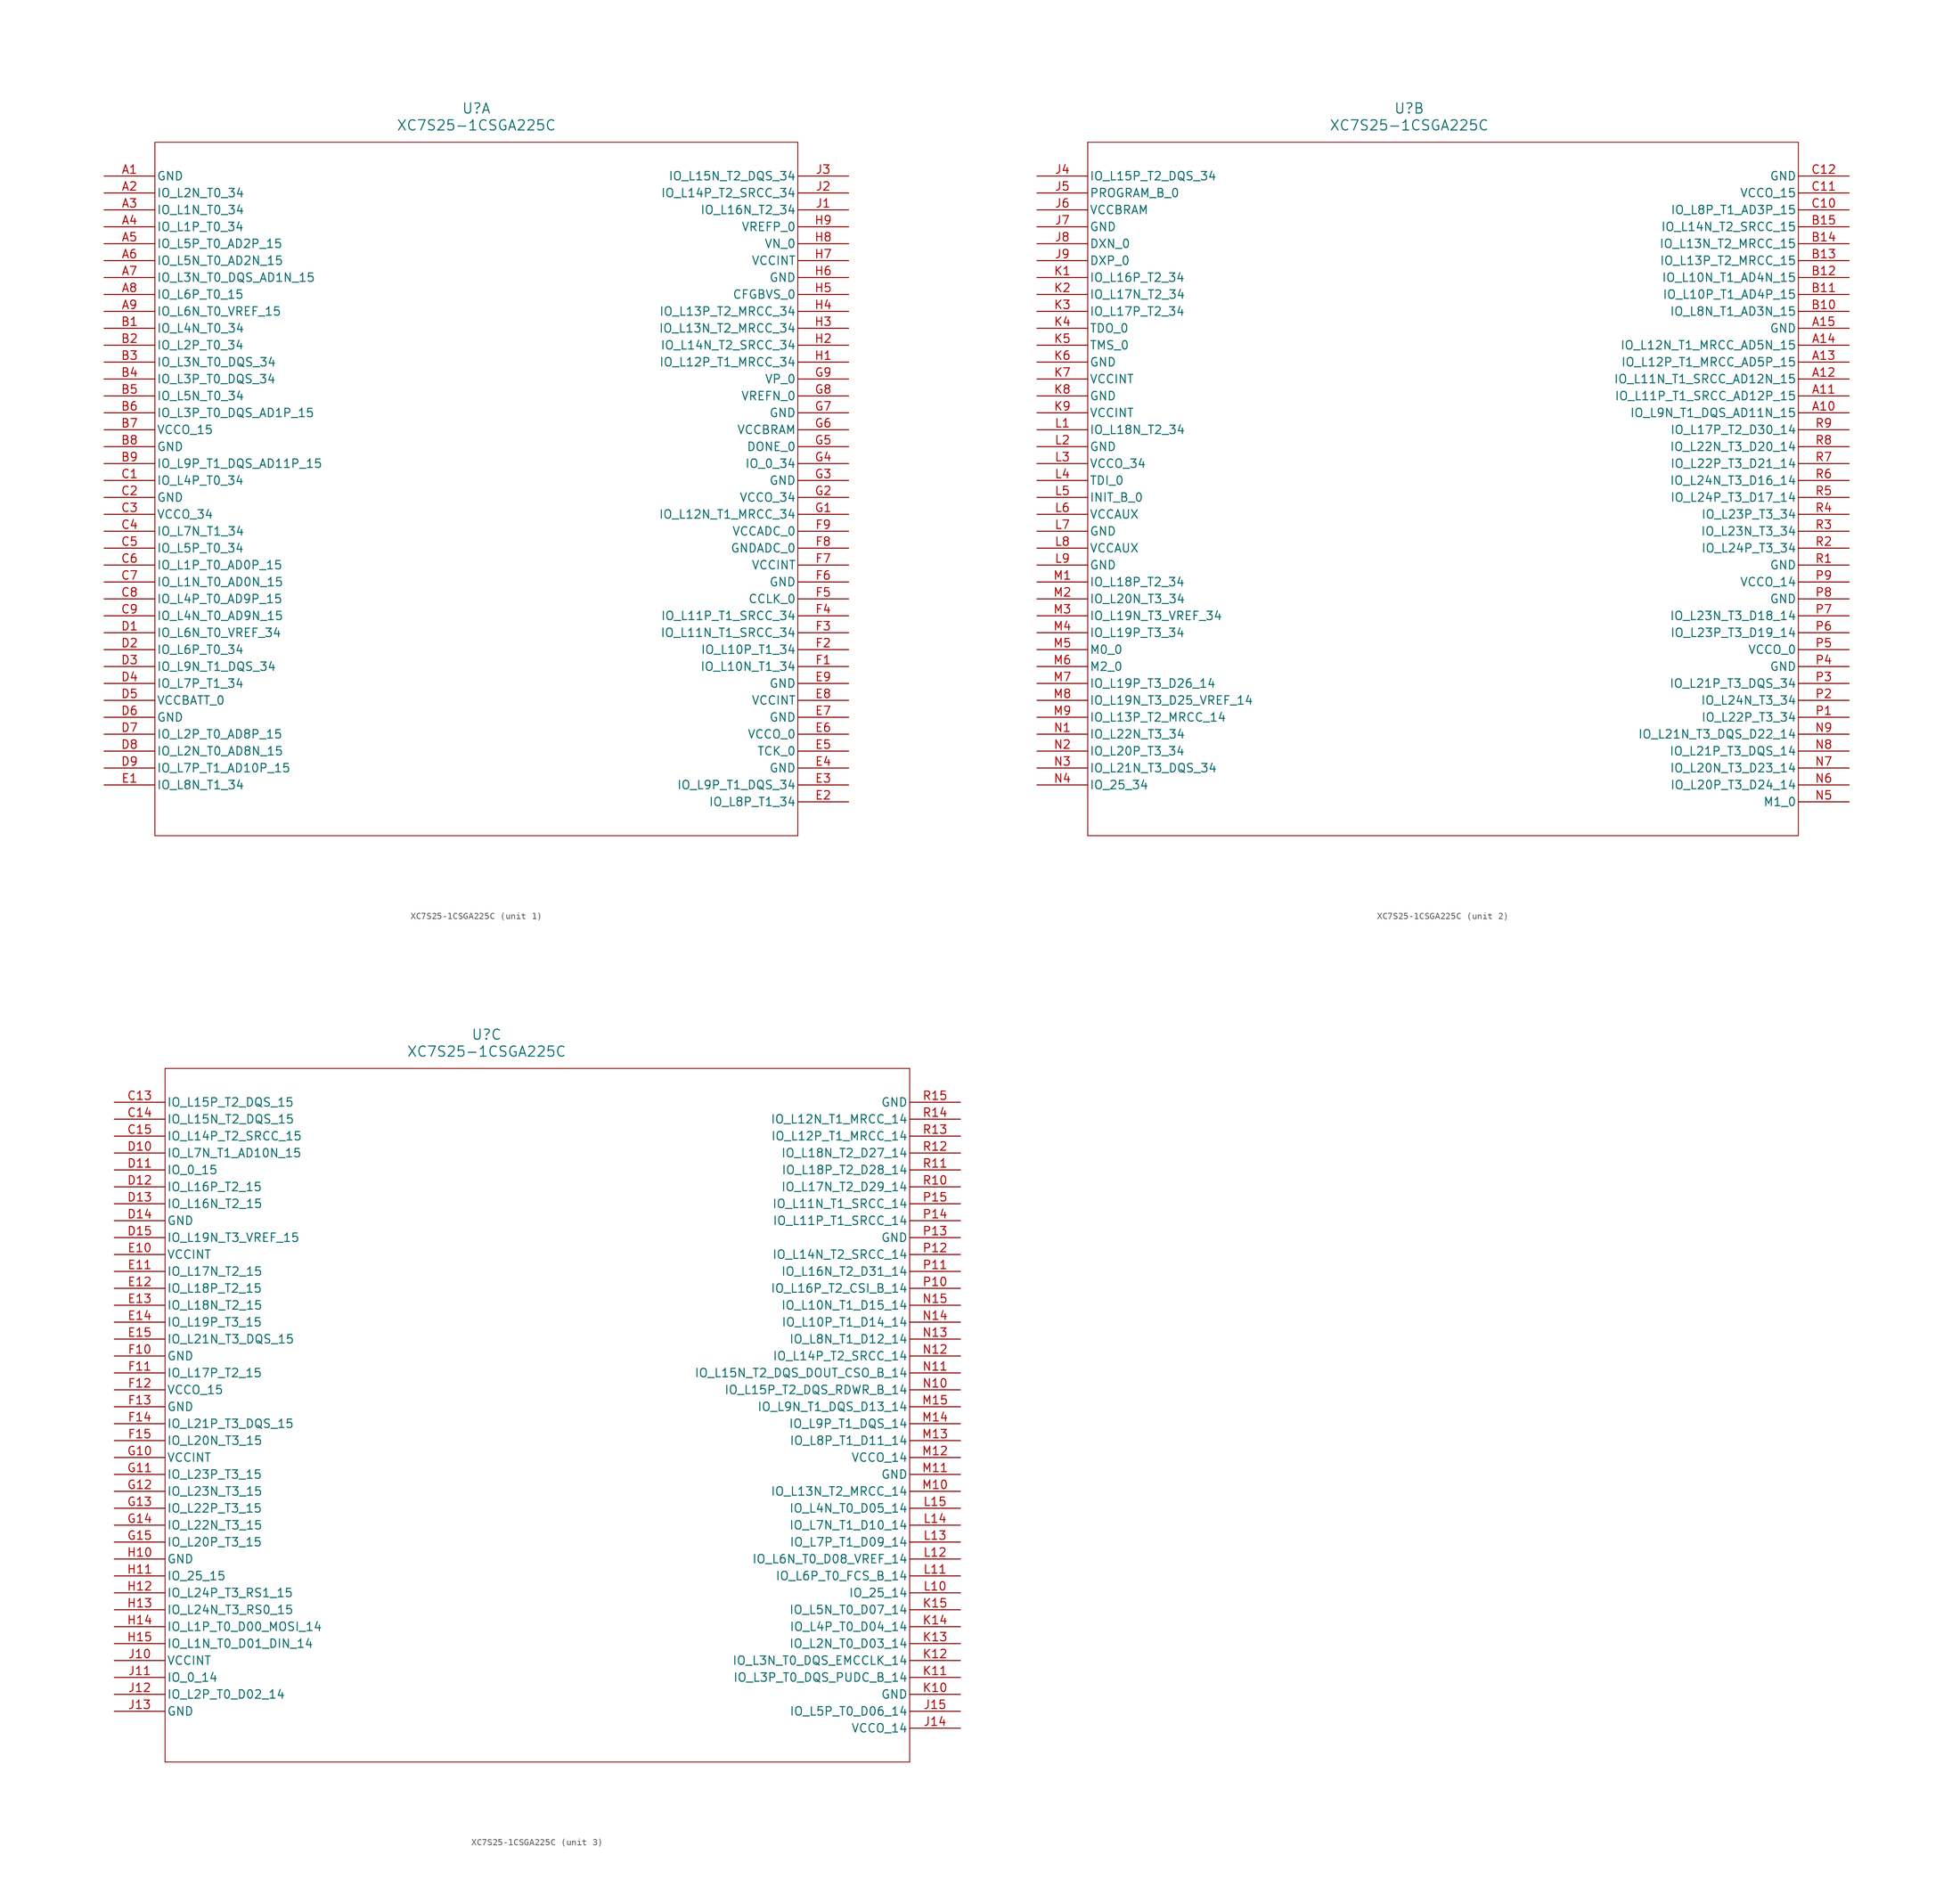
<source format=kicad_sym>
(kicad_symbol_lib
  (version 20231120)
  (generator "kicad_symbol_editor")
  (generator_version "8.0")
  (symbol "XC7S25-1CSGA225C"
    (pin_names
      (offset 0.254))
    (property "Reference" "U"
      (at 55.88 10.16 0)
      (effects (font (size 1.524 1.524))))
    (property "Value" "XC7S25-1CSGA225C"
      (at 55.88 7.62 0)
      (effects (font (size 1.524 1.524))))
    (property "ki_locked" ""
      (at 0 0 0)
      (effects (font (size 1.27 1.27))))
    (symbol "XC7S25-1CSGA225C_1_1"
      (polyline (pts (xy 7.62 -99.06) (xy 104.14 -99.06)) (stroke (width 0.127) (type default)) (fill (type none)))
      (polyline (pts (xy 7.62 5.08) (xy 7.62 -99.06)) (stroke (width 0.127) (type default)) (fill (type none)))
      (polyline (pts (xy 104.14 -99.06) (xy 104.14 5.08)) (stroke (width 0.127) (type default)) (fill (type none)))
      (polyline (pts (xy 104.14 5.08) (xy 7.62 5.08)) (stroke (width 0.127) (type default)) (fill (type none)))
      (pin power_out line (at 0 0 0) (length 7.62) (name "GND" (effects (font (size 1.27 1.27)))) (number "A1" (effects (font (size 1.27 1.27)))))
      (pin bidirectional line (at 0 -2.54 0) (length 7.62) (name "IO_L2N_T0_34" (effects (font (size 1.27 1.27)))) (number "A2" (effects (font (size 1.27 1.27)))))
      (pin bidirectional line (at 0 -5.08 0) (length 7.62) (name "IO_L1N_T0_34" (effects (font (size 1.27 1.27)))) (number "A3" (effects (font (size 1.27 1.27)))))
      (pin bidirectional line (at 0 -7.62 0) (length 7.62) (name "IO_L1P_T0_34" (effects (font (size 1.27 1.27)))) (number "A4" (effects (font (size 1.27 1.27)))))
      (pin bidirectional line (at 0 -10.16 0) (length 7.62) (name "IO_L5P_T0_AD2P_15" (effects (font (size 1.27 1.27)))) (number "A5" (effects (font (size 1.27 1.27)))))
      (pin bidirectional line (at 0 -12.7 0) (length 7.62) (name "IO_L5N_T0_AD2N_15" (effects (font (size 1.27 1.27)))) (number "A6" (effects (font (size 1.27 1.27)))))
      (pin bidirectional line (at 0 -15.24 0) (length 7.62) (name "IO_L3N_T0_DQS_AD1N_15" (effects (font (size 1.27 1.27)))) (number "A7" (effects (font (size 1.27 1.27)))))
      (pin bidirectional line (at 0 -17.78 0) (length 7.62) (name "IO_L6P_T0_15" (effects (font (size 1.27 1.27)))) (number "A8" (effects (font (size 1.27 1.27)))))
      (pin bidirectional line (at 0 -20.32 0) (length 7.62) (name "IO_L6N_T0_VREF_15" (effects (font (size 1.27 1.27)))) (number "A9" (effects (font (size 1.27 1.27)))))
      (pin bidirectional line (at 0 -22.86 0) (length 7.62) (name "IO_L4N_T0_34" (effects (font (size 1.27 1.27)))) (number "B1" (effects (font (size 1.27 1.27)))))
      (pin bidirectional line (at 0 -25.4 0) (length 7.62) (name "IO_L2P_T0_34" (effects (font (size 1.27 1.27)))) (number "B2" (effects (font (size 1.27 1.27)))))
      (pin bidirectional line (at 0 -27.94 0) (length 7.62) (name "IO_L3N_T0_DQS_34" (effects (font (size 1.27 1.27)))) (number "B3" (effects (font (size 1.27 1.27)))))
      (pin bidirectional line (at 0 -30.48 0) (length 7.62) (name "IO_L3P_T0_DQS_34" (effects (font (size 1.27 1.27)))) (number "B4" (effects (font (size 1.27 1.27)))))
      (pin bidirectional line (at 0 -33.02 0) (length 7.62) (name "IO_L5N_T0_34" (effects (font (size 1.27 1.27)))) (number "B5" (effects (font (size 1.27 1.27)))))
      (pin bidirectional line (at 0 -35.56 0) (length 7.62) (name "IO_L3P_T0_DQS_AD1P_15" (effects (font (size 1.27 1.27)))) (number "B6" (effects (font (size 1.27 1.27)))))
      (pin power_in line (at 0 -38.1 0) (length 7.62) (name "VCCO_15" (effects (font (size 1.27 1.27)))) (number "B7" (effects (font (size 1.27 1.27)))))
      (pin power_out line (at 0 -40.64 0) (length 7.62) (name "GND" (effects (font (size 1.27 1.27)))) (number "B8" (effects (font (size 1.27 1.27)))))
      (pin bidirectional line (at 0 -43.18 0) (length 7.62) (name "IO_L9P_T1_DQS_AD11P_15" (effects (font (size 1.27 1.27)))) (number "B9" (effects (font (size 1.27 1.27)))))
      (pin bidirectional line (at 0 -45.72 0) (length 7.62) (name "IO_L4P_T0_34" (effects (font (size 1.27 1.27)))) (number "C1" (effects (font (size 1.27 1.27)))))
      (pin power_out line (at 0 -48.26 0) (length 7.62) (name "GND" (effects (font (size 1.27 1.27)))) (number "C2" (effects (font (size 1.27 1.27)))))
      (pin power_in line (at 0 -50.8 0) (length 7.62) (name "VCCO_34" (effects (font (size 1.27 1.27)))) (number "C3" (effects (font (size 1.27 1.27)))))
      (pin bidirectional line (at 0 -53.34 0) (length 7.62) (name "IO_L7N_T1_34" (effects (font (size 1.27 1.27)))) (number "C4" (effects (font (size 1.27 1.27)))))
      (pin bidirectional line (at 0 -55.88 0) (length 7.62) (name "IO_L5P_T0_34" (effects (font (size 1.27 1.27)))) (number "C5" (effects (font (size 1.27 1.27)))))
      (pin bidirectional line (at 0 -58.42 0) (length 7.62) (name "IO_L1P_T0_AD0P_15" (effects (font (size 1.27 1.27)))) (number "C6" (effects (font (size 1.27 1.27)))))
      (pin bidirectional line (at 0 -60.96 0) (length 7.62) (name "IO_L1N_T0_AD0N_15" (effects (font (size 1.27 1.27)))) (number "C7" (effects (font (size 1.27 1.27)))))
      (pin bidirectional line (at 0 -63.5 0) (length 7.62) (name "IO_L4P_T0_AD9P_15" (effects (font (size 1.27 1.27)))) (number "C8" (effects (font (size 1.27 1.27)))))
      (pin bidirectional line (at 0 -66.04 0) (length 7.62) (name "IO_L4N_T0_AD9N_15" (effects (font (size 1.27 1.27)))) (number "C9" (effects (font (size 1.27 1.27)))))
      (pin bidirectional line (at 0 -68.58 0) (length 7.62) (name "IO_L6N_T0_VREF_34" (effects (font (size 1.27 1.27)))) (number "D1" (effects (font (size 1.27 1.27)))))
      (pin bidirectional line (at 0 -71.12 0) (length 7.62) (name "IO_L6P_T0_34" (effects (font (size 1.27 1.27)))) (number "D2" (effects (font (size 1.27 1.27)))))
      (pin bidirectional line (at 0 -73.66 0) (length 7.62) (name "IO_L9N_T1_DQS_34" (effects (font (size 1.27 1.27)))) (number "D3" (effects (font (size 1.27 1.27)))))
      (pin bidirectional line (at 0 -76.2 0) (length 7.62) (name "IO_L7P_T1_34" (effects (font (size 1.27 1.27)))) (number "D4" (effects (font (size 1.27 1.27)))))
      (pin power_in line (at 0 -78.74 0) (length 7.62) (name "VCCBATT_0" (effects (font (size 1.27 1.27)))) (number "D5" (effects (font (size 1.27 1.27)))))
      (pin power_out line (at 0 -81.28 0) (length 7.62) (name "GND" (effects (font (size 1.27 1.27)))) (number "D6" (effects (font (size 1.27 1.27)))))
      (pin bidirectional line (at 0 -83.82 0) (length 7.62) (name "IO_L2P_T0_AD8P_15" (effects (font (size 1.27 1.27)))) (number "D7" (effects (font (size 1.27 1.27)))))
      (pin bidirectional line (at 0 -86.36 0) (length 7.62) (name "IO_L2N_T0_AD8N_15" (effects (font (size 1.27 1.27)))) (number "D8" (effects (font (size 1.27 1.27)))))
      (pin bidirectional line (at 0 -88.9 0) (length 7.62) (name "IO_L7P_T1_AD10P_15" (effects (font (size 1.27 1.27)))) (number "D9" (effects (font (size 1.27 1.27)))))
      (pin bidirectional line (at 0 -91.44 0) (length 7.62) (name "IO_L8N_T1_34" (effects (font (size 1.27 1.27)))) (number "E1" (effects (font (size 1.27 1.27)))))
      (pin bidirectional line (at 111.76 -93.98 180) (length 7.62) (name "IO_L8P_T1_34" (effects (font (size 1.27 1.27)))) (number "E2" (effects (font (size 1.27 1.27)))))
      (pin bidirectional line (at 111.76 -91.44 180) (length 7.62) (name "IO_L9P_T1_DQS_34" (effects (font (size 1.27 1.27)))) (number "E3" (effects (font (size 1.27 1.27)))))
      (pin power_out line (at 111.76 -88.9 180) (length 7.62) (name "GND" (effects (font (size 1.27 1.27)))) (number "E4" (effects (font (size 1.27 1.27)))))
      (pin input line (at 111.76 -86.36 180) (length 7.62) (name "TCK_0" (effects (font (size 1.27 1.27)))) (number "E5" (effects (font (size 1.27 1.27)))))
      (pin power_in line (at 111.76 -83.82 180) (length 7.62) (name "VCCO_0" (effects (font (size 1.27 1.27)))) (number "E6" (effects (font (size 1.27 1.27)))))
      (pin power_out line (at 111.76 -81.28 180) (length 7.62) (name "GND" (effects (font (size 1.27 1.27)))) (number "E7" (effects (font (size 1.27 1.27)))))
      (pin power_in line (at 111.76 -78.74 180) (length 7.62) (name "VCCINT" (effects (font (size 1.27 1.27)))) (number "E8" (effects (font (size 1.27 1.27)))))
      (pin power_out line (at 111.76 -76.2 180) (length 7.62) (name "GND" (effects (font (size 1.27 1.27)))) (number "E9" (effects (font (size 1.27 1.27)))))
      (pin bidirectional line (at 111.76 -73.66 180) (length 7.62) (name "IO_L10N_T1_34" (effects (font (size 1.27 1.27)))) (number "F1" (effects (font (size 1.27 1.27)))))
      (pin bidirectional line (at 111.76 -71.12 180) (length 7.62) (name "IO_L10P_T1_34" (effects (font (size 1.27 1.27)))) (number "F2" (effects (font (size 1.27 1.27)))))
      (pin bidirectional line (at 111.76 -68.58 180) (length 7.62) (name "IO_L11N_T1_SRCC_34" (effects (font (size 1.27 1.27)))) (number "F3" (effects (font (size 1.27 1.27)))))
      (pin bidirectional line (at 111.76 -66.04 180) (length 7.62) (name "IO_L11P_T1_SRCC_34" (effects (font (size 1.27 1.27)))) (number "F4" (effects (font (size 1.27 1.27)))))
      (pin bidirectional line (at 111.76 -63.5 180) (length 7.62) (name "CCLK_0" (effects (font (size 1.27 1.27)))) (number "F5" (effects (font (size 1.27 1.27)))))
      (pin power_out line (at 111.76 -60.96 180) (length 7.62) (name "GND" (effects (font (size 1.27 1.27)))) (number "F6" (effects (font (size 1.27 1.27)))))
      (pin power_in line (at 111.76 -58.42 180) (length 7.62) (name "VCCINT" (effects (font (size 1.27 1.27)))) (number "F7" (effects (font (size 1.27 1.27)))))
      (pin power_out line (at 111.76 -55.88 180) (length 7.62) (name "GNDADC_0" (effects (font (size 1.27 1.27)))) (number "F8" (effects (font (size 1.27 1.27)))))
      (pin power_in line (at 111.76 -53.34 180) (length 7.62) (name "VCCADC_0" (effects (font (size 1.27 1.27)))) (number "F9" (effects (font (size 1.27 1.27)))))
      (pin bidirectional line (at 111.76 -50.8 180) (length 7.62) (name "IO_L12N_T1_MRCC_34" (effects (font (size 1.27 1.27)))) (number "G1" (effects (font (size 1.27 1.27)))))
      (pin power_in line (at 111.76 -48.26 180) (length 7.62) (name "VCCO_34" (effects (font (size 1.27 1.27)))) (number "G2" (effects (font (size 1.27 1.27)))))
      (pin power_out line (at 111.76 -45.72 180) (length 7.62) (name "GND" (effects (font (size 1.27 1.27)))) (number "G3" (effects (font (size 1.27 1.27)))))
      (pin bidirectional line (at 111.76 -43.18 180) (length 7.62) (name "IO_0_34" (effects (font (size 1.27 1.27)))) (number "G4" (effects (font (size 1.27 1.27)))))
      (pin bidirectional line (at 111.76 -40.64 180) (length 7.62) (name "DONE_0" (effects (font (size 1.27 1.27)))) (number "G5" (effects (font (size 1.27 1.27)))))
      (pin power_in line (at 111.76 -38.1 180) (length 7.62) (name "VCCBRAM" (effects (font (size 1.27 1.27)))) (number "G6" (effects (font (size 1.27 1.27)))))
      (pin power_out line (at 111.76 -35.56 180) (length 7.62) (name "GND" (effects (font (size 1.27 1.27)))) (number "G7" (effects (font (size 1.27 1.27)))))
      (pin power_in line (at 111.76 -33.02 180) (length 7.62) (name "VREFN_0" (effects (font (size 1.27 1.27)))) (number "G8" (effects (font (size 1.27 1.27)))))
      (pin input line (at 111.76 -30.48 180) (length 7.62) (name "VP_0" (effects (font (size 1.27 1.27)))) (number "G9" (effects (font (size 1.27 1.27)))))
      (pin bidirectional line (at 111.76 -27.94 180) (length 7.62) (name "IO_L12P_T1_MRCC_34" (effects (font (size 1.27 1.27)))) (number "H1" (effects (font (size 1.27 1.27)))))
      (pin bidirectional line (at 111.76 -25.4 180) (length 7.62) (name "IO_L14N_T2_SRCC_34" (effects (font (size 1.27 1.27)))) (number "H2" (effects (font (size 1.27 1.27)))))
      (pin bidirectional line (at 111.76 -22.86 180) (length 7.62) (name "IO_L13N_T2_MRCC_34" (effects (font (size 1.27 1.27)))) (number "H3" (effects (font (size 1.27 1.27)))))
      (pin bidirectional line (at 111.76 -20.32 180) (length 7.62) (name "IO_L13P_T2_MRCC_34" (effects (font (size 1.27 1.27)))) (number "H4" (effects (font (size 1.27 1.27)))))
      (pin input line (at 111.76 -17.78 180) (length 7.62) (name "CFGBVS_0" (effects (font (size 1.27 1.27)))) (number "H5" (effects (font (size 1.27 1.27)))))
      (pin power_out line (at 111.76 -15.24 180) (length 7.62) (name "GND" (effects (font (size 1.27 1.27)))) (number "H6" (effects (font (size 1.27 1.27)))))
      (pin power_in line (at 111.76 -12.7 180) (length 7.62) (name "VCCINT" (effects (font (size 1.27 1.27)))) (number "H7" (effects (font (size 1.27 1.27)))))
      (pin input line (at 111.76 -10.16 180) (length 7.62) (name "VN_0" (effects (font (size 1.27 1.27)))) (number "H8" (effects (font (size 1.27 1.27)))))
      (pin power_in line (at 111.76 -7.62 180) (length 7.62) (name "VREFP_0" (effects (font (size 1.27 1.27)))) (number "H9" (effects (font (size 1.27 1.27)))))
      (pin bidirectional line (at 111.76 -5.08 180) (length 7.62) (name "IO_L16N_T2_34" (effects (font (size 1.27 1.27)))) (number "J1" (effects (font (size 1.27 1.27)))))
      (pin bidirectional line (at 111.76 -2.54 180) (length 7.62) (name "IO_L14P_T2_SRCC_34" (effects (font (size 1.27 1.27)))) (number "J2" (effects (font (size 1.27 1.27)))))
      (pin bidirectional line (at 111.76 0 180) (length 7.62) (name "IO_L15N_T2_DQS_34" (effects (font (size 1.27 1.27)))) (number "J3" (effects (font (size 1.27 1.27))))))
    (symbol "XC7S25-1CSGA225C_2_1"
      (polyline (pts (xy 7.62 -99.06) (xy 114.3 -99.06)) (stroke (width 0.127) (type default)) (fill (type none)))
      (polyline (pts (xy 7.62 5.08) (xy 7.62 -99.06)) (stroke (width 0.127) (type default)) (fill (type none)))
      (polyline (pts (xy 114.3 -99.06) (xy 114.3 5.08)) (stroke (width 0.127) (type default)) (fill (type none)))
      (polyline (pts (xy 114.3 5.08) (xy 7.62 5.08)) (stroke (width 0.127) (type default)) (fill (type none)))
      (pin bidirectional line (at 121.92 -35.56 180) (length 7.62) (name "IO_L9N_T1_DQS_AD11N_15" (effects (font (size 1.27 1.27)))) (number "A10" (effects (font (size 1.27 1.27)))))
      (pin bidirectional line (at 121.92 -33.02 180) (length 7.62) (name "IO_L11P_T1_SRCC_AD12P_15" (effects (font (size 1.27 1.27)))) (number "A11" (effects (font (size 1.27 1.27)))))
      (pin bidirectional line (at 121.92 -30.48 180) (length 7.62) (name "IO_L11N_T1_SRCC_AD12N_15" (effects (font (size 1.27 1.27)))) (number "A12" (effects (font (size 1.27 1.27)))))
      (pin bidirectional line (at 121.92 -27.94 180) (length 7.62) (name "IO_L12P_T1_MRCC_AD5P_15" (effects (font (size 1.27 1.27)))) (number "A13" (effects (font (size 1.27 1.27)))))
      (pin bidirectional line (at 121.92 -25.4 180) (length 7.62) (name "IO_L12N_T1_MRCC_AD5N_15" (effects (font (size 1.27 1.27)))) (number "A14" (effects (font (size 1.27 1.27)))))
      (pin power_out line (at 121.92 -22.86 180) (length 7.62) (name "GND" (effects (font (size 1.27 1.27)))) (number "A15" (effects (font (size 1.27 1.27)))))
      (pin bidirectional line (at 121.92 -20.32 180) (length 7.62) (name "IO_L8N_T1_AD3N_15" (effects (font (size 1.27 1.27)))) (number "B10" (effects (font (size 1.27 1.27)))))
      (pin bidirectional line (at 121.92 -17.78 180) (length 7.62) (name "IO_L10P_T1_AD4P_15" (effects (font (size 1.27 1.27)))) (number "B11" (effects (font (size 1.27 1.27)))))
      (pin bidirectional line (at 121.92 -15.24 180) (length 7.62) (name "IO_L10N_T1_AD4N_15" (effects (font (size 1.27 1.27)))) (number "B12" (effects (font (size 1.27 1.27)))))
      (pin bidirectional line (at 121.92 -12.7 180) (length 7.62) (name "IO_L13P_T2_MRCC_15" (effects (font (size 1.27 1.27)))) (number "B13" (effects (font (size 1.27 1.27)))))
      (pin bidirectional line (at 121.92 -10.16 180) (length 7.62) (name "IO_L13N_T2_MRCC_15" (effects (font (size 1.27 1.27)))) (number "B14" (effects (font (size 1.27 1.27)))))
      (pin bidirectional line (at 121.92 -7.62 180) (length 7.62) (name "IO_L14N_T2_SRCC_15" (effects (font (size 1.27 1.27)))) (number "B15" (effects (font (size 1.27 1.27)))))
      (pin bidirectional line (at 121.92 -5.08 180) (length 7.62) (name "IO_L8P_T1_AD3P_15" (effects (font (size 1.27 1.27)))) (number "C10" (effects (font (size 1.27 1.27)))))
      (pin power_in line (at 121.92 -2.54 180) (length 7.62) (name "VCCO_15" (effects (font (size 1.27 1.27)))) (number "C11" (effects (font (size 1.27 1.27)))))
      (pin power_out line (at 121.92 0 180) (length 7.62) (name "GND" (effects (font (size 1.27 1.27)))) (number "C12" (effects (font (size 1.27 1.27)))))
      (pin bidirectional line (at 0 0 0) (length 7.62) (name "IO_L15P_T2_DQS_34" (effects (font (size 1.27 1.27)))) (number "J4" (effects (font (size 1.27 1.27)))))
      (pin input line (at 0 -2.54 0) (length 7.62) (name "PROGRAM_B_0" (effects (font (size 1.27 1.27)))) (number "J5" (effects (font (size 1.27 1.27)))))
      (pin power_in line (at 0 -5.08 0) (length 7.62) (name "VCCBRAM" (effects (font (size 1.27 1.27)))) (number "J6" (effects (font (size 1.27 1.27)))))
      (pin power_out line (at 0 -7.62 0) (length 7.62) (name "GND" (effects (font (size 1.27 1.27)))) (number "J7" (effects (font (size 1.27 1.27)))))
      (pin unspecified line (at 0 -10.16 0) (length 7.62) (name "DXN_0" (effects (font (size 1.27 1.27)))) (number "J8" (effects (font (size 1.27 1.27)))))
      (pin unspecified line (at 0 -12.7 0) (length 7.62) (name "DXP_0" (effects (font (size 1.27 1.27)))) (number "J9" (effects (font (size 1.27 1.27)))))
      (pin bidirectional line (at 0 -15.24 0) (length 7.62) (name "IO_L16P_T2_34" (effects (font (size 1.27 1.27)))) (number "K1" (effects (font (size 1.27 1.27)))))
      (pin bidirectional line (at 0 -17.78 0) (length 7.62) (name "IO_L17N_T2_34" (effects (font (size 1.27 1.27)))) (number "K2" (effects (font (size 1.27 1.27)))))
      (pin bidirectional line (at 0 -20.32 0) (length 7.62) (name "IO_L17P_T2_34" (effects (font (size 1.27 1.27)))) (number "K3" (effects (font (size 1.27 1.27)))))
      (pin output line (at 0 -22.86 0) (length 7.62) (name "TDO_0" (effects (font (size 1.27 1.27)))) (number "K4" (effects (font (size 1.27 1.27)))))
      (pin input line (at 0 -25.4 0) (length 7.62) (name "TMS_0" (effects (font (size 1.27 1.27)))) (number "K5" (effects (font (size 1.27 1.27)))))
      (pin power_out line (at 0 -27.94 0) (length 7.62) (name "GND" (effects (font (size 1.27 1.27)))) (number "K6" (effects (font (size 1.27 1.27)))))
      (pin power_in line (at 0 -30.48 0) (length 7.62) (name "VCCINT" (effects (font (size 1.27 1.27)))) (number "K7" (effects (font (size 1.27 1.27)))))
      (pin power_out line (at 0 -33.02 0) (length 7.62) (name "GND" (effects (font (size 1.27 1.27)))) (number "K8" (effects (font (size 1.27 1.27)))))
      (pin power_in line (at 0 -35.56 0) (length 7.62) (name "VCCINT" (effects (font (size 1.27 1.27)))) (number "K9" (effects (font (size 1.27 1.27)))))
      (pin bidirectional line (at 0 -38.1 0) (length 7.62) (name "IO_L18N_T2_34" (effects (font (size 1.27 1.27)))) (number "L1" (effects (font (size 1.27 1.27)))))
      (pin power_out line (at 0 -40.64 0) (length 7.62) (name "GND" (effects (font (size 1.27 1.27)))) (number "L2" (effects (font (size 1.27 1.27)))))
      (pin power_in line (at 0 -43.18 0) (length 7.62) (name "VCCO_34" (effects (font (size 1.27 1.27)))) (number "L3" (effects (font (size 1.27 1.27)))))
      (pin input line (at 0 -45.72 0) (length 7.62) (name "TDI_0" (effects (font (size 1.27 1.27)))) (number "L4" (effects (font (size 1.27 1.27)))))
      (pin bidirectional line (at 0 -48.26 0) (length 7.62) (name "INIT_B_0" (effects (font (size 1.27 1.27)))) (number "L5" (effects (font (size 1.27 1.27)))))
      (pin power_in line (at 0 -50.8 0) (length 7.62) (name "VCCAUX" (effects (font (size 1.27 1.27)))) (number "L6" (effects (font (size 1.27 1.27)))))
      (pin power_out line (at 0 -53.34 0) (length 7.62) (name "GND" (effects (font (size 1.27 1.27)))) (number "L7" (effects (font (size 1.27 1.27)))))
      (pin power_in line (at 0 -55.88 0) (length 7.62) (name "VCCAUX" (effects (font (size 1.27 1.27)))) (number "L8" (effects (font (size 1.27 1.27)))))
      (pin power_out line (at 0 -58.42 0) (length 7.62) (name "GND" (effects (font (size 1.27 1.27)))) (number "L9" (effects (font (size 1.27 1.27)))))
      (pin bidirectional line (at 0 -60.96 0) (length 7.62) (name "IO_L18P_T2_34" (effects (font (size 1.27 1.27)))) (number "M1" (effects (font (size 1.27 1.27)))))
      (pin bidirectional line (at 0 -63.5 0) (length 7.62) (name "IO_L20N_T3_34" (effects (font (size 1.27 1.27)))) (number "M2" (effects (font (size 1.27 1.27)))))
      (pin bidirectional line (at 0 -66.04 0) (length 7.62) (name "IO_L19N_T3_VREF_34" (effects (font (size 1.27 1.27)))) (number "M3" (effects (font (size 1.27 1.27)))))
      (pin bidirectional line (at 0 -68.58 0) (length 7.62) (name "IO_L19P_T3_34" (effects (font (size 1.27 1.27)))) (number "M4" (effects (font (size 1.27 1.27)))))
      (pin input line (at 0 -71.12 0) (length 7.62) (name "M0_0" (effects (font (size 1.27 1.27)))) (number "M5" (effects (font (size 1.27 1.27)))))
      (pin input line (at 0 -73.66 0) (length 7.62) (name "M2_0" (effects (font (size 1.27 1.27)))) (number "M6" (effects (font (size 1.27 1.27)))))
      (pin bidirectional line (at 0 -76.2 0) (length 7.62) (name "IO_L19P_T3_D26_14" (effects (font (size 1.27 1.27)))) (number "M7" (effects (font (size 1.27 1.27)))))
      (pin bidirectional line (at 0 -78.74 0) (length 7.62) (name "IO_L19N_T3_D25_VREF_14" (effects (font (size 1.27 1.27)))) (number "M8" (effects (font (size 1.27 1.27)))))
      (pin bidirectional line (at 0 -81.28 0) (length 7.62) (name "IO_L13P_T2_MRCC_14" (effects (font (size 1.27 1.27)))) (number "M9" (effects (font (size 1.27 1.27)))))
      (pin bidirectional line (at 0 -83.82 0) (length 7.62) (name "IO_L22N_T3_34" (effects (font (size 1.27 1.27)))) (number "N1" (effects (font (size 1.27 1.27)))))
      (pin bidirectional line (at 0 -86.36 0) (length 7.62) (name "IO_L20P_T3_34" (effects (font (size 1.27 1.27)))) (number "N2" (effects (font (size 1.27 1.27)))))
      (pin bidirectional line (at 0 -88.9 0) (length 7.62) (name "IO_L21N_T3_DQS_34" (effects (font (size 1.27 1.27)))) (number "N3" (effects (font (size 1.27 1.27)))))
      (pin bidirectional line (at 0 -91.44 0) (length 7.62) (name "IO_25_34" (effects (font (size 1.27 1.27)))) (number "N4" (effects (font (size 1.27 1.27)))))
      (pin input line (at 121.92 -93.98 180) (length 7.62) (name "M1_0" (effects (font (size 1.27 1.27)))) (number "N5" (effects (font (size 1.27 1.27)))))
      (pin bidirectional line (at 121.92 -91.44 180) (length 7.62) (name "IO_L20P_T3_D24_14" (effects (font (size 1.27 1.27)))) (number "N6" (effects (font (size 1.27 1.27)))))
      (pin bidirectional line (at 121.92 -88.9 180) (length 7.62) (name "IO_L20N_T3_D23_14" (effects (font (size 1.27 1.27)))) (number "N7" (effects (font (size 1.27 1.27)))))
      (pin bidirectional line (at 121.92 -86.36 180) (length 7.62) (name "IO_L21P_T3_DQS_14" (effects (font (size 1.27 1.27)))) (number "N8" (effects (font (size 1.27 1.27)))))
      (pin bidirectional line (at 121.92 -83.82 180) (length 7.62) (name "IO_L21N_T3_DQS_D22_14" (effects (font (size 1.27 1.27)))) (number "N9" (effects (font (size 1.27 1.27)))))
      (pin bidirectional line (at 121.92 -81.28 180) (length 7.62) (name "IO_L22P_T3_34" (effects (font (size 1.27 1.27)))) (number "P1" (effects (font (size 1.27 1.27)))))
      (pin bidirectional line (at 121.92 -78.74 180) (length 7.62) (name "IO_L24N_T3_34" (effects (font (size 1.27 1.27)))) (number "P2" (effects (font (size 1.27 1.27)))))
      (pin bidirectional line (at 121.92 -76.2 180) (length 7.62) (name "IO_L21P_T3_DQS_34" (effects (font (size 1.27 1.27)))) (number "P3" (effects (font (size 1.27 1.27)))))
      (pin power_out line (at 121.92 -73.66 180) (length 7.62) (name "GND" (effects (font (size 1.27 1.27)))) (number "P4" (effects (font (size 1.27 1.27)))))
      (pin power_in line (at 121.92 -71.12 180) (length 7.62) (name "VCCO_0" (effects (font (size 1.27 1.27)))) (number "P5" (effects (font (size 1.27 1.27)))))
      (pin bidirectional line (at 121.92 -68.58 180) (length 7.62) (name "IO_L23P_T3_D19_14" (effects (font (size 1.27 1.27)))) (number "P6" (effects (font (size 1.27 1.27)))))
      (pin bidirectional line (at 121.92 -66.04 180) (length 7.62) (name "IO_L23N_T3_D18_14" (effects (font (size 1.27 1.27)))) (number "P7" (effects (font (size 1.27 1.27)))))
      (pin power_out line (at 121.92 -63.5 180) (length 7.62) (name "GND" (effects (font (size 1.27 1.27)))) (number "P8" (effects (font (size 1.27 1.27)))))
      (pin power_in line (at 121.92 -60.96 180) (length 7.62) (name "VCCO_14" (effects (font (size 1.27 1.27)))) (number "P9" (effects (font (size 1.27 1.27)))))
      (pin power_out line (at 121.92 -58.42 180) (length 7.62) (name "GND" (effects (font (size 1.27 1.27)))) (number "R1" (effects (font (size 1.27 1.27)))))
      (pin bidirectional line (at 121.92 -55.88 180) (length 7.62) (name "IO_L24P_T3_34" (effects (font (size 1.27 1.27)))) (number "R2" (effects (font (size 1.27 1.27)))))
      (pin bidirectional line (at 121.92 -53.34 180) (length 7.62) (name "IO_L23N_T3_34" (effects (font (size 1.27 1.27)))) (number "R3" (effects (font (size 1.27 1.27)))))
      (pin bidirectional line (at 121.92 -50.8 180) (length 7.62) (name "IO_L23P_T3_34" (effects (font (size 1.27 1.27)))) (number "R4" (effects (font (size 1.27 1.27)))))
      (pin bidirectional line (at 121.92 -48.26 180) (length 7.62) (name "IO_L24P_T3_D17_14" (effects (font (size 1.27 1.27)))) (number "R5" (effects (font (size 1.27 1.27)))))
      (pin bidirectional line (at 121.92 -45.72 180) (length 7.62) (name "IO_L24N_T3_D16_14" (effects (font (size 1.27 1.27)))) (number "R6" (effects (font (size 1.27 1.27)))))
      (pin bidirectional line (at 121.92 -43.18 180) (length 7.62) (name "IO_L22P_T3_D21_14" (effects (font (size 1.27 1.27)))) (number "R7" (effects (font (size 1.27 1.27)))))
      (pin bidirectional line (at 121.92 -40.64 180) (length 7.62) (name "IO_L22N_T3_D20_14" (effects (font (size 1.27 1.27)))) (number "R8" (effects (font (size 1.27 1.27)))))
      (pin bidirectional line (at 121.92 -38.1 180) (length 7.62) (name "IO_L17P_T2_D30_14" (effects (font (size 1.27 1.27)))) (number "R9" (effects (font (size 1.27 1.27))))))
    (symbol "XC7S25-1CSGA225C_3_1"
      (polyline (pts (xy 7.62 -99.06) (xy 119.38 -99.06)) (stroke (width 0.127) (type default)) (fill (type none)))
      (polyline (pts (xy 7.62 5.08) (xy 7.62 -99.06)) (stroke (width 0.127) (type default)) (fill (type none)))
      (polyline (pts (xy 119.38 -99.06) (xy 119.38 5.08)) (stroke (width 0.127) (type default)) (fill (type none)))
      (polyline (pts (xy 119.38 5.08) (xy 7.62 5.08)) (stroke (width 0.127) (type default)) (fill (type none)))
      (pin bidirectional line (at 0 0 0) (length 7.62) (name "IO_L15P_T2_DQS_15" (effects (font (size 1.27 1.27)))) (number "C13" (effects (font (size 1.27 1.27)))))
      (pin bidirectional line (at 0 -2.54 0) (length 7.62) (name "IO_L15N_T2_DQS_15" (effects (font (size 1.27 1.27)))) (number "C14" (effects (font (size 1.27 1.27)))))
      (pin bidirectional line (at 0 -5.08 0) (length 7.62) (name "IO_L14P_T2_SRCC_15" (effects (font (size 1.27 1.27)))) (number "C15" (effects (font (size 1.27 1.27)))))
      (pin bidirectional line (at 0 -7.62 0) (length 7.62) (name "IO_L7N_T1_AD10N_15" (effects (font (size 1.27 1.27)))) (number "D10" (effects (font (size 1.27 1.27)))))
      (pin bidirectional line (at 0 -10.16 0) (length 7.62) (name "IO_0_15" (effects (font (size 1.27 1.27)))) (number "D11" (effects (font (size 1.27 1.27)))))
      (pin bidirectional line (at 0 -12.7 0) (length 7.62) (name "IO_L16P_T2_15" (effects (font (size 1.27 1.27)))) (number "D12" (effects (font (size 1.27 1.27)))))
      (pin bidirectional line (at 0 -15.24 0) (length 7.62) (name "IO_L16N_T2_15" (effects (font (size 1.27 1.27)))) (number "D13" (effects (font (size 1.27 1.27)))))
      (pin power_out line (at 0 -17.78 0) (length 7.62) (name "GND" (effects (font (size 1.27 1.27)))) (number "D14" (effects (font (size 1.27 1.27)))))
      (pin bidirectional line (at 0 -20.32 0) (length 7.62) (name "IO_L19N_T3_VREF_15" (effects (font (size 1.27 1.27)))) (number "D15" (effects (font (size 1.27 1.27)))))
      (pin power_in line (at 0 -22.86 0) (length 7.62) (name "VCCINT" (effects (font (size 1.27 1.27)))) (number "E10" (effects (font (size 1.27 1.27)))))
      (pin bidirectional line (at 0 -25.4 0) (length 7.62) (name "IO_L17N_T2_15" (effects (font (size 1.27 1.27)))) (number "E11" (effects (font (size 1.27 1.27)))))
      (pin bidirectional line (at 0 -27.94 0) (length 7.62) (name "IO_L18P_T2_15" (effects (font (size 1.27 1.27)))) (number "E12" (effects (font (size 1.27 1.27)))))
      (pin bidirectional line (at 0 -30.48 0) (length 7.62) (name "IO_L18N_T2_15" (effects (font (size 1.27 1.27)))) (number "E13" (effects (font (size 1.27 1.27)))))
      (pin bidirectional line (at 0 -33.02 0) (length 7.62) (name "IO_L19P_T3_15" (effects (font (size 1.27 1.27)))) (number "E14" (effects (font (size 1.27 1.27)))))
      (pin bidirectional line (at 0 -35.56 0) (length 7.62) (name "IO_L21N_T3_DQS_15" (effects (font (size 1.27 1.27)))) (number "E15" (effects (font (size 1.27 1.27)))))
      (pin power_out line (at 0 -38.1 0) (length 7.62) (name "GND" (effects (font (size 1.27 1.27)))) (number "F10" (effects (font (size 1.27 1.27)))))
      (pin bidirectional line (at 0 -40.64 0) (length 7.62) (name "IO_L17P_T2_15" (effects (font (size 1.27 1.27)))) (number "F11" (effects (font (size 1.27 1.27)))))
      (pin power_in line (at 0 -43.18 0) (length 7.62) (name "VCCO_15" (effects (font (size 1.27 1.27)))) (number "F12" (effects (font (size 1.27 1.27)))))
      (pin power_out line (at 0 -45.72 0) (length 7.62) (name "GND" (effects (font (size 1.27 1.27)))) (number "F13" (effects (font (size 1.27 1.27)))))
      (pin bidirectional line (at 0 -48.26 0) (length 7.62) (name "IO_L21P_T3_DQS_15" (effects (font (size 1.27 1.27)))) (number "F14" (effects (font (size 1.27 1.27)))))
      (pin bidirectional line (at 0 -50.8 0) (length 7.62) (name "IO_L20N_T3_15" (effects (font (size 1.27 1.27)))) (number "F15" (effects (font (size 1.27 1.27)))))
      (pin power_in line (at 0 -53.34 0) (length 7.62) (name "VCCINT" (effects (font (size 1.27 1.27)))) (number "G10" (effects (font (size 1.27 1.27)))))
      (pin bidirectional line (at 0 -55.88 0) (length 7.62) (name "IO_L23P_T3_15" (effects (font (size 1.27 1.27)))) (number "G11" (effects (font (size 1.27 1.27)))))
      (pin bidirectional line (at 0 -58.42 0) (length 7.62) (name "IO_L23N_T3_15" (effects (font (size 1.27 1.27)))) (number "G12" (effects (font (size 1.27 1.27)))))
      (pin bidirectional line (at 0 -60.96 0) (length 7.62) (name "IO_L22P_T3_15" (effects (font (size 1.27 1.27)))) (number "G13" (effects (font (size 1.27 1.27)))))
      (pin bidirectional line (at 0 -63.5 0) (length 7.62) (name "IO_L22N_T3_15" (effects (font (size 1.27 1.27)))) (number "G14" (effects (font (size 1.27 1.27)))))
      (pin bidirectional line (at 0 -66.04 0) (length 7.62) (name "IO_L20P_T3_15" (effects (font (size 1.27 1.27)))) (number "G15" (effects (font (size 1.27 1.27)))))
      (pin power_out line (at 0 -68.58 0) (length 7.62) (name "GND" (effects (font (size 1.27 1.27)))) (number "H10" (effects (font (size 1.27 1.27)))))
      (pin bidirectional line (at 0 -71.12 0) (length 7.62) (name "IO_25_15" (effects (font (size 1.27 1.27)))) (number "H11" (effects (font (size 1.27 1.27)))))
      (pin bidirectional line (at 0 -73.66 0) (length 7.62) (name "IO_L24P_T3_RS1_15" (effects (font (size 1.27 1.27)))) (number "H12" (effects (font (size 1.27 1.27)))))
      (pin bidirectional line (at 0 -76.2 0) (length 7.62) (name "IO_L24N_T3_RS0_15" (effects (font (size 1.27 1.27)))) (number "H13" (effects (font (size 1.27 1.27)))))
      (pin bidirectional line (at 0 -78.74 0) (length 7.62) (name "IO_L1P_T0_D00_MOSI_14" (effects (font (size 1.27 1.27)))) (number "H14" (effects (font (size 1.27 1.27)))))
      (pin bidirectional line (at 0 -81.28 0) (length 7.62) (name "IO_L1N_T0_D01_DIN_14" (effects (font (size 1.27 1.27)))) (number "H15" (effects (font (size 1.27 1.27)))))
      (pin power_in line (at 0 -83.82 0) (length 7.62) (name "VCCINT" (effects (font (size 1.27 1.27)))) (number "J10" (effects (font (size 1.27 1.27)))))
      (pin bidirectional line (at 0 -86.36 0) (length 7.62) (name "IO_0_14" (effects (font (size 1.27 1.27)))) (number "J11" (effects (font (size 1.27 1.27)))))
      (pin bidirectional line (at 0 -88.9 0) (length 7.62) (name "IO_L2P_T0_D02_14" (effects (font (size 1.27 1.27)))) (number "J12" (effects (font (size 1.27 1.27)))))
      (pin power_out line (at 0 -91.44 0) (length 7.62) (name "GND" (effects (font (size 1.27 1.27)))) (number "J13" (effects (font (size 1.27 1.27)))))
      (pin power_in line (at 127 -93.98 180) (length 7.62) (name "VCCO_14" (effects (font (size 1.27 1.27)))) (number "J14" (effects (font (size 1.27 1.27)))))
      (pin bidirectional line (at 127 -91.44 180) (length 7.62) (name "IO_L5P_T0_D06_14" (effects (font (size 1.27 1.27)))) (number "J15" (effects (font (size 1.27 1.27)))))
      (pin power_out line (at 127 -88.9 180) (length 7.62) (name "GND" (effects (font (size 1.27 1.27)))) (number "K10" (effects (font (size 1.27 1.27)))))
      (pin bidirectional line (at 127 -86.36 180) (length 7.62) (name "IO_L3P_T0_DQS_PUDC_B_14" (effects (font (size 1.27 1.27)))) (number "K11" (effects (font (size 1.27 1.27)))))
      (pin bidirectional line (at 127 -83.82 180) (length 7.62) (name "IO_L3N_T0_DQS_EMCCLK_14" (effects (font (size 1.27 1.27)))) (number "K12" (effects (font (size 1.27 1.27)))))
      (pin bidirectional line (at 127 -81.28 180) (length 7.62) (name "IO_L2N_T0_D03_14" (effects (font (size 1.27 1.27)))) (number "K13" (effects (font (size 1.27 1.27)))))
      (pin bidirectional line (at 127 -78.74 180) (length 7.62) (name "IO_L4P_T0_D04_14" (effects (font (size 1.27 1.27)))) (number "K14" (effects (font (size 1.27 1.27)))))
      (pin bidirectional line (at 127 -76.2 180) (length 7.62) (name "IO_L5N_T0_D07_14" (effects (font (size 1.27 1.27)))) (number "K15" (effects (font (size 1.27 1.27)))))
      (pin bidirectional line (at 127 -73.66 180) (length 7.62) (name "IO_25_14" (effects (font (size 1.27 1.27)))) (number "L10" (effects (font (size 1.27 1.27)))))
      (pin bidirectional line (at 127 -71.12 180) (length 7.62) (name "IO_L6P_T0_FCS_B_14" (effects (font (size 1.27 1.27)))) (number "L11" (effects (font (size 1.27 1.27)))))
      (pin bidirectional line (at 127 -68.58 180) (length 7.62) (name "IO_L6N_T0_D08_VREF_14" (effects (font (size 1.27 1.27)))) (number "L12" (effects (font (size 1.27 1.27)))))
      (pin bidirectional line (at 127 -66.04 180) (length 7.62) (name "IO_L7P_T1_D09_14" (effects (font (size 1.27 1.27)))) (number "L13" (effects (font (size 1.27 1.27)))))
      (pin bidirectional line (at 127 -63.5 180) (length 7.62) (name "IO_L7N_T1_D10_14" (effects (font (size 1.27 1.27)))) (number "L14" (effects (font (size 1.27 1.27)))))
      (pin bidirectional line (at 127 -60.96 180) (length 7.62) (name "IO_L4N_T0_D05_14" (effects (font (size 1.27 1.27)))) (number "L15" (effects (font (size 1.27 1.27)))))
      (pin bidirectional line (at 127 -58.42 180) (length 7.62) (name "IO_L13N_T2_MRCC_14" (effects (font (size 1.27 1.27)))) (number "M10" (effects (font (size 1.27 1.27)))))
      (pin power_out line (at 127 -55.88 180) (length 7.62) (name "GND" (effects (font (size 1.27 1.27)))) (number "M11" (effects (font (size 1.27 1.27)))))
      (pin power_in line (at 127 -53.34 180) (length 7.62) (name "VCCO_14" (effects (font (size 1.27 1.27)))) (number "M12" (effects (font (size 1.27 1.27)))))
      (pin bidirectional line (at 127 -50.8 180) (length 7.62) (name "IO_L8P_T1_D11_14" (effects (font (size 1.27 1.27)))) (number "M13" (effects (font (size 1.27 1.27)))))
      (pin bidirectional line (at 127 -48.26 180) (length 7.62) (name "IO_L9P_T1_DQS_14" (effects (font (size 1.27 1.27)))) (number "M14" (effects (font (size 1.27 1.27)))))
      (pin bidirectional line (at 127 -45.72 180) (length 7.62) (name "IO_L9N_T1_DQS_D13_14" (effects (font (size 1.27 1.27)))) (number "M15" (effects (font (size 1.27 1.27)))))
      (pin bidirectional line (at 127 -43.18 180) (length 7.62) (name "IO_L15P_T2_DQS_RDWR_B_14" (effects (font (size 1.27 1.27)))) (number "N10" (effects (font (size 1.27 1.27)))))
      (pin bidirectional line (at 127 -40.64 180) (length 7.62) (name "IO_L15N_T2_DQS_DOUT_CSO_B_14" (effects (font (size 1.27 1.27)))) (number "N11" (effects (font (size 1.27 1.27)))))
      (pin bidirectional line (at 127 -38.1 180) (length 7.62) (name "IO_L14P_T2_SRCC_14" (effects (font (size 1.27 1.27)))) (number "N12" (effects (font (size 1.27 1.27)))))
      (pin bidirectional line (at 127 -35.56 180) (length 7.62) (name "IO_L8N_T1_D12_14" (effects (font (size 1.27 1.27)))) (number "N13" (effects (font (size 1.27 1.27)))))
      (pin bidirectional line (at 127 -33.02 180) (length 7.62) (name "IO_L10P_T1_D14_14" (effects (font (size 1.27 1.27)))) (number "N14" (effects (font (size 1.27 1.27)))))
      (pin bidirectional line (at 127 -30.48 180) (length 7.62) (name "IO_L10N_T1_D15_14" (effects (font (size 1.27 1.27)))) (number "N15" (effects (font (size 1.27 1.27)))))
      (pin bidirectional line (at 127 -27.94 180) (length 7.62) (name "IO_L16P_T2_CSI_B_14" (effects (font (size 1.27 1.27)))) (number "P10" (effects (font (size 1.27 1.27)))))
      (pin bidirectional line (at 127 -25.4 180) (length 7.62) (name "IO_L16N_T2_D31_14" (effects (font (size 1.27 1.27)))) (number "P11" (effects (font (size 1.27 1.27)))))
      (pin bidirectional line (at 127 -22.86 180) (length 7.62) (name "IO_L14N_T2_SRCC_14" (effects (font (size 1.27 1.27)))) (number "P12" (effects (font (size 1.27 1.27)))))
      (pin power_out line (at 127 -20.32 180) (length 7.62) (name "GND" (effects (font (size 1.27 1.27)))) (number "P13" (effects (font (size 1.27 1.27)))))
      (pin bidirectional line (at 127 -17.78 180) (length 7.62) (name "IO_L11P_T1_SRCC_14" (effects (font (size 1.27 1.27)))) (number "P14" (effects (font (size 1.27 1.27)))))
      (pin bidirectional line (at 127 -15.24 180) (length 7.62) (name "IO_L11N_T1_SRCC_14" (effects (font (size 1.27 1.27)))) (number "P15" (effects (font (size 1.27 1.27)))))
      (pin bidirectional line (at 127 -12.7 180) (length 7.62) (name "IO_L17N_T2_D29_14" (effects (font (size 1.27 1.27)))) (number "R10" (effects (font (size 1.27 1.27)))))
      (pin bidirectional line (at 127 -10.16 180) (length 7.62) (name "IO_L18P_T2_D28_14" (effects (font (size 1.27 1.27)))) (number "R11" (effects (font (size 1.27 1.27)))))
      (pin bidirectional line (at 127 -7.62 180) (length 7.62) (name "IO_L18N_T2_D27_14" (effects (font (size 1.27 1.27)))) (number "R12" (effects (font (size 1.27 1.27)))))
      (pin bidirectional line (at 127 -5.08 180) (length 7.62) (name "IO_L12P_T1_MRCC_14" (effects (font (size 1.27 1.27)))) (number "R13" (effects (font (size 1.27 1.27)))))
      (pin bidirectional line (at 127 -2.54 180) (length 7.62) (name "IO_L12N_T1_MRCC_14" (effects (font (size 1.27 1.27)))) (number "R14" (effects (font (size 1.27 1.27)))))
      (pin power_out line (at 127 0 180) (length 7.62) (name "GND" (effects (font (size 1.27 1.27)))) (number "R15" (effects (font (size 1.27 1.27))))))))
</source>
